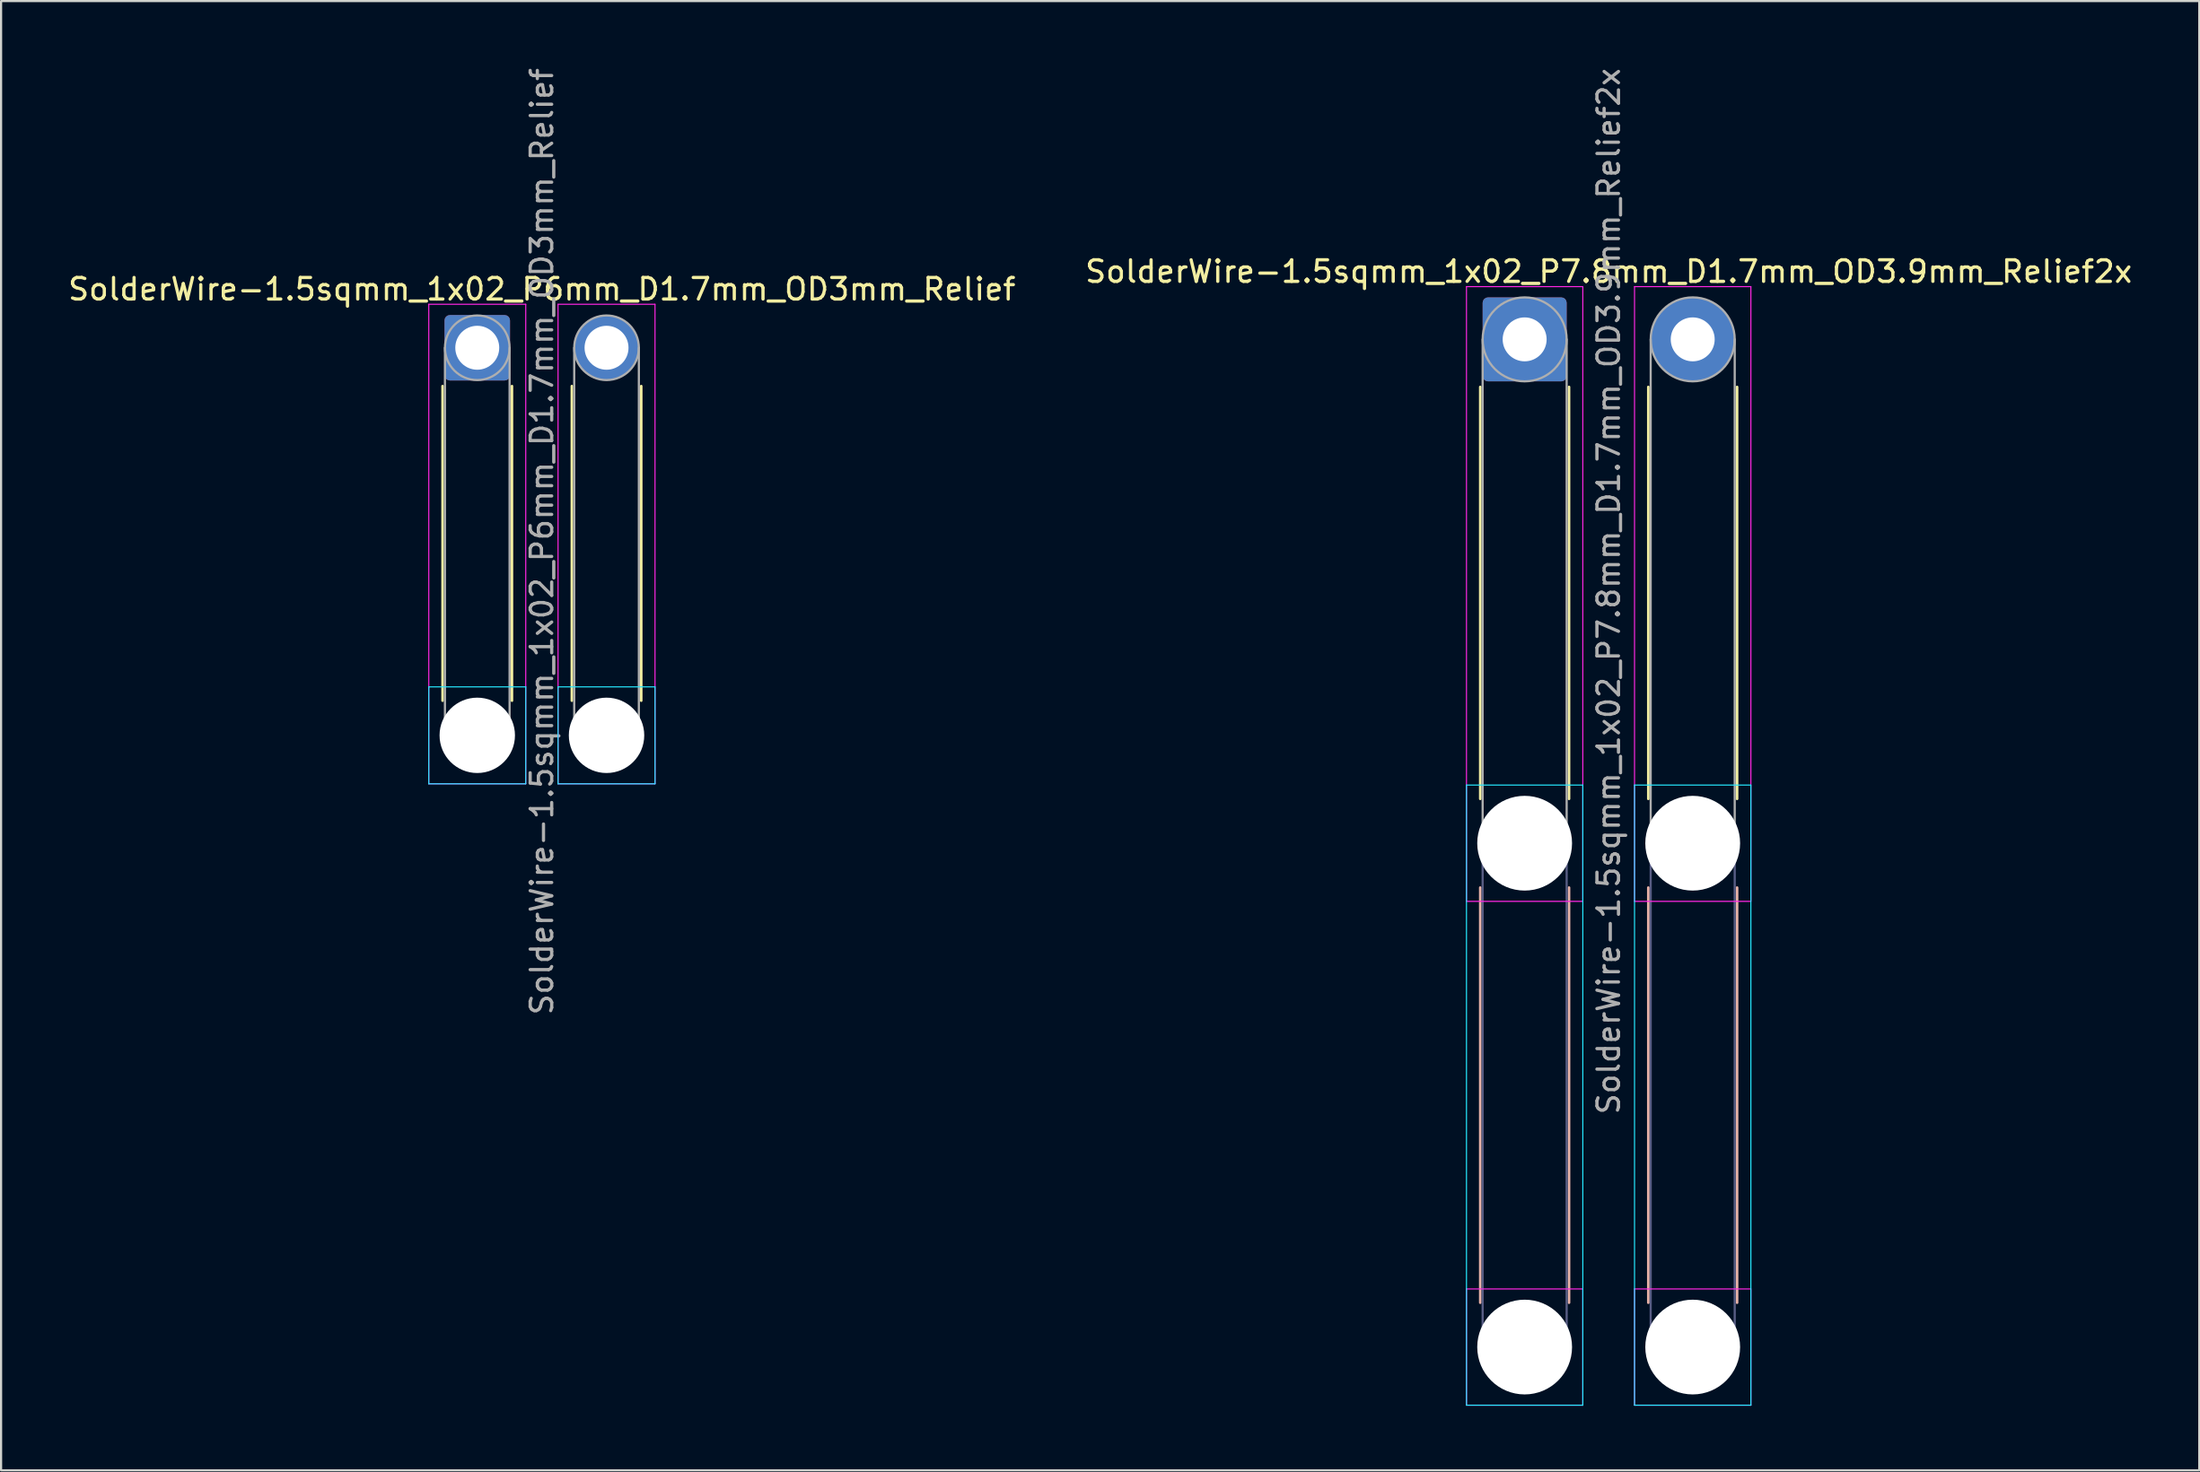
<source format=kicad_pcb>
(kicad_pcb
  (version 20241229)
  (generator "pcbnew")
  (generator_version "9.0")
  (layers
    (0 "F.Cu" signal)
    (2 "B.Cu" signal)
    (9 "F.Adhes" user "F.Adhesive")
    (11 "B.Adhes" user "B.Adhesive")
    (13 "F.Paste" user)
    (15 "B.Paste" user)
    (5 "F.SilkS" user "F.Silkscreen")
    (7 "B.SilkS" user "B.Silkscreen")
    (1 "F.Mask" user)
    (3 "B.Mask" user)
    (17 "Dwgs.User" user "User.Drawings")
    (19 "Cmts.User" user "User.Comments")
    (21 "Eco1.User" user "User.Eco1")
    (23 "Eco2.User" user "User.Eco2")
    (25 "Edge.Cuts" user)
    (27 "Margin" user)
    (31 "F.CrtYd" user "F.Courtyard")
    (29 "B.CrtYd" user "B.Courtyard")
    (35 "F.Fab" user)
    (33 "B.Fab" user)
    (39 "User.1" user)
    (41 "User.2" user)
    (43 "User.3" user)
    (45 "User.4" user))
  (footprint "SolderWire-1.5sqmm_1x02_P7.8mm_D1.7mm_OD3.9mm_Relief2x"
    (layer "F.Cu")
    (at 67.713 12.711)
    (property "Reference" "SolderWire-1.5sqmm_1x02_P7.8mm_D1.7mm_OD3.9mm_Relief2x" (at 3.9 -3.15 0) (layer "F.SilkS") (effects (font (size 1 1) (thickness 0.15))))
    (attr exclude_from_pos_files exclude_from_bom)
    (fp_line (start -2.06 2.21) (end -2.06 21.34) (stroke (width 0.12) (type solid)) (layer "F.SilkS"))
    (fp_line (start 2.06 2.21) (end 2.06 21.34) (stroke (width 0.12) (type solid)) (layer "F.SilkS"))
    (fp_line (start 5.74 2.21) (end 5.74 21.34) (stroke (width 0.12) (type solid)) (layer "F.SilkS"))
    (fp_line (start 9.86 2.21) (end 9.86 21.34) (stroke (width 0.12) (type solid)) (layer "F.SilkS"))
    (fp_line (start -2.06 25.46) (end -2.06 44.74) (stroke (width 0.12) (type solid)) (layer "B.SilkS"))
    (fp_line (start 2.06 25.46) (end 2.06 44.74) (stroke (width 0.12) (type solid)) (layer "B.SilkS"))
    (fp_line (start 5.74 25.46) (end 5.74 44.74) (stroke (width 0.12) (type solid)) (layer "B.SilkS"))
    (fp_line (start 9.86 25.46) (end 9.86 44.74) (stroke (width 0.12) (type solid)) (layer "B.SilkS"))
    (fp_line (start -2.7 20.7) (end -2.7 49.5) (stroke (width 0.05) (type solid)) (layer "B.CrtYd"))
    (fp_line (start -2.7 49.5) (end 2.7 49.5) (stroke (width 0.05) (type solid)) (layer "B.CrtYd"))
    (fp_line (start 2.7 20.7) (end -2.7 20.7) (stroke (width 0.05) (type solid)) (layer "B.CrtYd"))
    (fp_line (start 2.7 49.5) (end 2.7 20.7) (stroke (width 0.05) (type solid)) (layer "B.CrtYd"))
    (fp_line (start 5.1 20.7) (end 5.1 49.5) (stroke (width 0.05) (type solid)) (layer "B.CrtYd"))
    (fp_line (start 5.1 49.5) (end 10.5 49.5) (stroke (width 0.05) (type solid)) (layer "B.CrtYd"))
    (fp_line (start 10.5 20.7) (end 5.1 20.7) (stroke (width 0.05) (type solid)) (layer "B.CrtYd"))
    (fp_line (start 10.5 49.5) (end 10.5 20.7) (stroke (width 0.05) (type solid)) (layer "B.CrtYd"))
    (fp_line (start -2.7 -2.45) (end -2.7 26.1) (stroke (width 0.05) (type solid)) (layer "F.CrtYd"))
    (fp_line (start -2.7 26.1) (end 2.7 26.1) (stroke (width 0.05) (type solid)) (layer "F.CrtYd"))
    (fp_line (start -2.7 44.1) (end -2.7 49.5) (stroke (width 0.05) (type solid)) (layer "F.CrtYd"))
    (fp_line (start -2.7 49.5) (end 2.7 49.5) (stroke (width 0.05) (type solid)) (layer "F.CrtYd"))
    (fp_line (start 2.7 -2.45) (end -2.7 -2.45) (stroke (width 0.05) (type solid)) (layer "F.CrtYd"))
    (fp_line (start 2.7 26.1) (end 2.7 -2.45) (stroke (width 0.05) (type solid)) (layer "F.CrtYd"))
    (fp_line (start 2.7 44.1) (end -2.7 44.1) (stroke (width 0.05) (type solid)) (layer "F.CrtYd"))
    (fp_line (start 2.7 49.5) (end 2.7 44.1) (stroke (width 0.05) (type solid)) (layer "F.CrtYd"))
    (fp_line (start 5.1 -2.45) (end 5.1 26.1) (stroke (width 0.05) (type solid)) (layer "F.CrtYd"))
    (fp_line (start 5.1 26.1) (end 10.5 26.1) (stroke (width 0.05) (type solid)) (layer "F.CrtYd"))
    (fp_line (start 5.1 44.1) (end 5.1 49.5) (stroke (width 0.05) (type solid)) (layer "F.CrtYd"))
    (fp_line (start 5.1 49.5) (end 10.5 49.5) (stroke (width 0.05) (type solid)) (layer "F.CrtYd"))
    (fp_line (start 10.5 -2.45) (end 5.1 -2.45) (stroke (width 0.05) (type solid)) (layer "F.CrtYd"))
    (fp_line (start 10.5 26.1) (end 10.5 -2.45) (stroke (width 0.05) (type solid)) (layer "F.CrtYd"))
    (fp_line (start 10.5 44.1) (end 5.1 44.1) (stroke (width 0.05) (type solid)) (layer "F.CrtYd"))
    (fp_line (start 10.5 49.5) (end 10.5 44.1) (stroke (width 0.05) (type solid)) (layer "F.CrtYd"))
    (fp_line (start -1.95 23.4) (end -1.95 46.8) (stroke (width 0.1) (type solid)) (layer "B.Fab"))
    (fp_line (start 1.95 23.4) (end 1.95 46.8) (stroke (width 0.1) (type solid)) (layer "B.Fab"))
    (fp_line (start 5.85 23.4) (end 5.85 46.8) (stroke (width 0.1) (type solid)) (layer "B.Fab"))
    (fp_line (start 9.75 23.4) (end 9.75 46.8) (stroke (width 0.1) (type solid)) (layer "B.Fab"))
    (fp_circle (center 0 23.4) (end 1.95 23.4) (stroke (width 0.1) (type solid)) (fill no) (layer "B.Fab"))
    (fp_circle (center 0 46.8) (end 1.95 46.8) (stroke (width 0.1) (type solid)) (fill no) (layer "B.Fab"))
    (fp_circle (center 7.8 23.4) (end 9.75 23.4) (stroke (width 0.1) (type solid)) (fill no) (layer "B.Fab"))
    (fp_circle (center 7.8 46.8) (end 9.75 46.8) (stroke (width 0.1) (type solid)) (fill no) (layer "B.Fab"))
    (fp_line (start -1.95 0) (end -1.95 23.4) (stroke (width 0.1) (type solid)) (layer "F.Fab"))
    (fp_line (start 1.95 0) (end 1.95 23.4) (stroke (width 0.1) (type solid)) (layer "F.Fab"))
    (fp_line (start 5.85 0) (end 5.85 23.4) (stroke (width 0.1) (type solid)) (layer "F.Fab"))
    (fp_line (start 9.75 0) (end 9.75 23.4) (stroke (width 0.1) (type solid)) (layer "F.Fab"))
    (fp_circle (center 0 0) (end 1.95 0) (stroke (width 0.1) (type solid)) (fill no) (layer "F.Fab"))
    (fp_circle (center 0 23.4) (end 1.95 23.4) (stroke (width 0.1) (type solid)) (fill no) (layer "F.Fab"))
    (fp_circle (center 0 46.8) (end 1.95 46.8) (stroke (width 0.1) (type solid)) (fill no) (layer "F.Fab"))
    (fp_circle (center 7.8 0) (end 9.75 0) (stroke (width 0.1) (type solid)) (fill no) (layer "F.Fab"))
    (fp_circle (center 7.8 23.4) (end 9.75 23.4) (stroke (width 0.1) (type solid)) (fill no) (layer "F.Fab"))
    (fp_circle (center 7.8 46.8) (end 9.75 46.8) (stroke (width 0.1) (type solid)) (fill no) (layer "F.Fab"))
    (fp_text user "${REFERENCE}" (at 3.9 11.7 90) (layer "F.Fab") (effects (font (size 1 1) (thickness 0.15))))
    (pad "" np_thru_hole circle (at 0 23.4) (size 4.4 4.4) (drill 4.4) (layers "*.Cu" "*.Mask"))
    (pad "" np_thru_hole circle (at 0 46.8) (size 4.4 4.4) (drill 4.4) (layers "*.Cu" "*.Mask"))
    (pad "" np_thru_hole circle (at 7.8 23.4) (size 4.4 4.4) (drill 4.4) (layers "*.Cu" "*.Mask"))
    (pad "" np_thru_hole circle (at 7.8 46.8) (size 4.4 4.4) (drill 4.4) (layers "*.Cu" "*.Mask"))
    (pad "1" thru_hole roundrect (at 0 0) (size 3.9 3.9) (drill 2.04) (layers "*.Cu" "*.Mask") (roundrect_rratio 0.064))
    (pad "2" thru_hole circle (at 7.8 0) (size 3.9 3.9) (drill 2.04) (layers "*.Cu" "*.Mask")))
  (footprint "SolderWire-1.5sqmm_1x02_P6mm_D1.7mm_OD3mm_Relief"
    (layer "F.Cu")
    (at 19.101 13.101)
    (property "Reference" "SolderWire-1.5sqmm_1x02_P6mm_D1.7mm_OD3mm_Relief" (at 3 -2.72 0) (layer "F.SilkS") (effects (font (size 1 1) (thickness 0.15))))
    (attr exclude_from_pos_files exclude_from_bom)
    (fp_line (start -1.61 1.78) (end -1.61 16.39) (stroke (width 0.12) (type solid)) (layer "F.SilkS"))
    (fp_line (start 1.61 1.78) (end 1.61 16.39) (stroke (width 0.12) (type solid)) (layer "F.SilkS"))
    (fp_line (start 4.39 1.78) (end 4.39 16.39) (stroke (width 0.12) (type solid)) (layer "F.SilkS"))
    (fp_line (start 7.61 1.78) (end 7.61 16.39) (stroke (width 0.12) (type solid)) (layer "F.SilkS"))
    (fp_line (start -2.25 15.75) (end -2.25 20.25) (stroke (width 0.05) (type solid)) (layer "B.CrtYd"))
    (fp_line (start -2.25 20.25) (end 2.25 20.25) (stroke (width 0.05) (type solid)) (layer "B.CrtYd"))
    (fp_line (start 2.25 15.75) (end -2.25 15.75) (stroke (width 0.05) (type solid)) (layer "B.CrtYd"))
    (fp_line (start 2.25 20.25) (end 2.25 15.75) (stroke (width 0.05) (type solid)) (layer "B.CrtYd"))
    (fp_line (start 3.75 15.75) (end 3.75 20.25) (stroke (width 0.05) (type solid)) (layer "B.CrtYd"))
    (fp_line (start 3.75 20.25) (end 8.25 20.25) (stroke (width 0.05) (type solid)) (layer "B.CrtYd"))
    (fp_line (start 8.25 15.75) (end 3.75 15.75) (stroke (width 0.05) (type solid)) (layer "B.CrtYd"))
    (fp_line (start 8.25 20.25) (end 8.25 15.75) (stroke (width 0.05) (type solid)) (layer "B.CrtYd"))
    (fp_line (start -2.25 -2.02) (end -2.25 20.25) (stroke (width 0.05) (type solid)) (layer "F.CrtYd"))
    (fp_line (start -2.25 20.25) (end 2.25 20.25) (stroke (width 0.05) (type solid)) (layer "F.CrtYd"))
    (fp_line (start 2.25 -2.02) (end -2.25 -2.02) (stroke (width 0.05) (type solid)) (layer "F.CrtYd"))
    (fp_line (start 2.25 20.25) (end 2.25 -2.02) (stroke (width 0.05) (type solid)) (layer "F.CrtYd"))
    (fp_line (start 3.75 -2.02) (end 3.75 20.25) (stroke (width 0.05) (type solid)) (layer "F.CrtYd"))
    (fp_line (start 3.75 20.25) (end 8.25 20.25) (stroke (width 0.05) (type solid)) (layer "F.CrtYd"))
    (fp_line (start 8.25 -2.02) (end 3.75 -2.02) (stroke (width 0.05) (type solid)) (layer "F.CrtYd"))
    (fp_line (start 8.25 20.25) (end 8.25 -2.02) (stroke (width 0.05) (type solid)) (layer "F.CrtYd"))
    (fp_line (start -1.5 0) (end -1.5 18) (stroke (width 0.1) (type solid)) (layer "F.Fab"))
    (fp_line (start 1.5 0) (end 1.5 18) (stroke (width 0.1) (type solid)) (layer "F.Fab"))
    (fp_line (start 4.5 0) (end 4.5 18) (stroke (width 0.1) (type solid)) (layer "F.Fab"))
    (fp_line (start 7.5 0) (end 7.5 18) (stroke (width 0.1) (type solid)) (layer "F.Fab"))
    (fp_circle (center 0 0) (end 1.5 0) (stroke (width 0.1) (type solid)) (fill no) (layer "F.Fab"))
    (fp_circle (center 0 18) (end 1.5 18) (stroke (width 0.1) (type solid)) (fill no) (layer "F.Fab"))
    (fp_circle (center 6 0) (end 7.5 0) (stroke (width 0.1) (type solid)) (fill no) (layer "F.Fab"))
    (fp_circle (center 6 18) (end 7.5 18) (stroke (width 0.1) (type solid)) (fill no) (layer "F.Fab"))
    (fp_text user "${REFERENCE}" (at 3 9 90) (layer "F.Fab") (effects (font (size 1 1) (thickness 0.15))))
    (pad "" np_thru_hole circle (at 0 18) (size 3.5 3.5) (drill 3.5) (layers "*.Cu" "*.Mask"))
    (pad "" np_thru_hole circle (at 6 18) (size 3.5 3.5) (drill 3.5) (layers "*.Cu" "*.Mask"))
    (pad "1" thru_hole roundrect (at 0 0) (size 3.04 3.04) (drill 2.04) (layers "*.Cu" "*.Mask") (roundrect_rratio 0.082))
    (pad "2" thru_hole circle (at 6 0) (size 3.04 3.04) (drill 2.04) (layers "*.Cu" "*.Mask")))
  (gr_rect
    (start -3 -3)
    (end 99.024 65.236)
    (stroke (width 0.1) (type default))
    (fill no)
    (layer "Edge.Cuts")))
</source>
